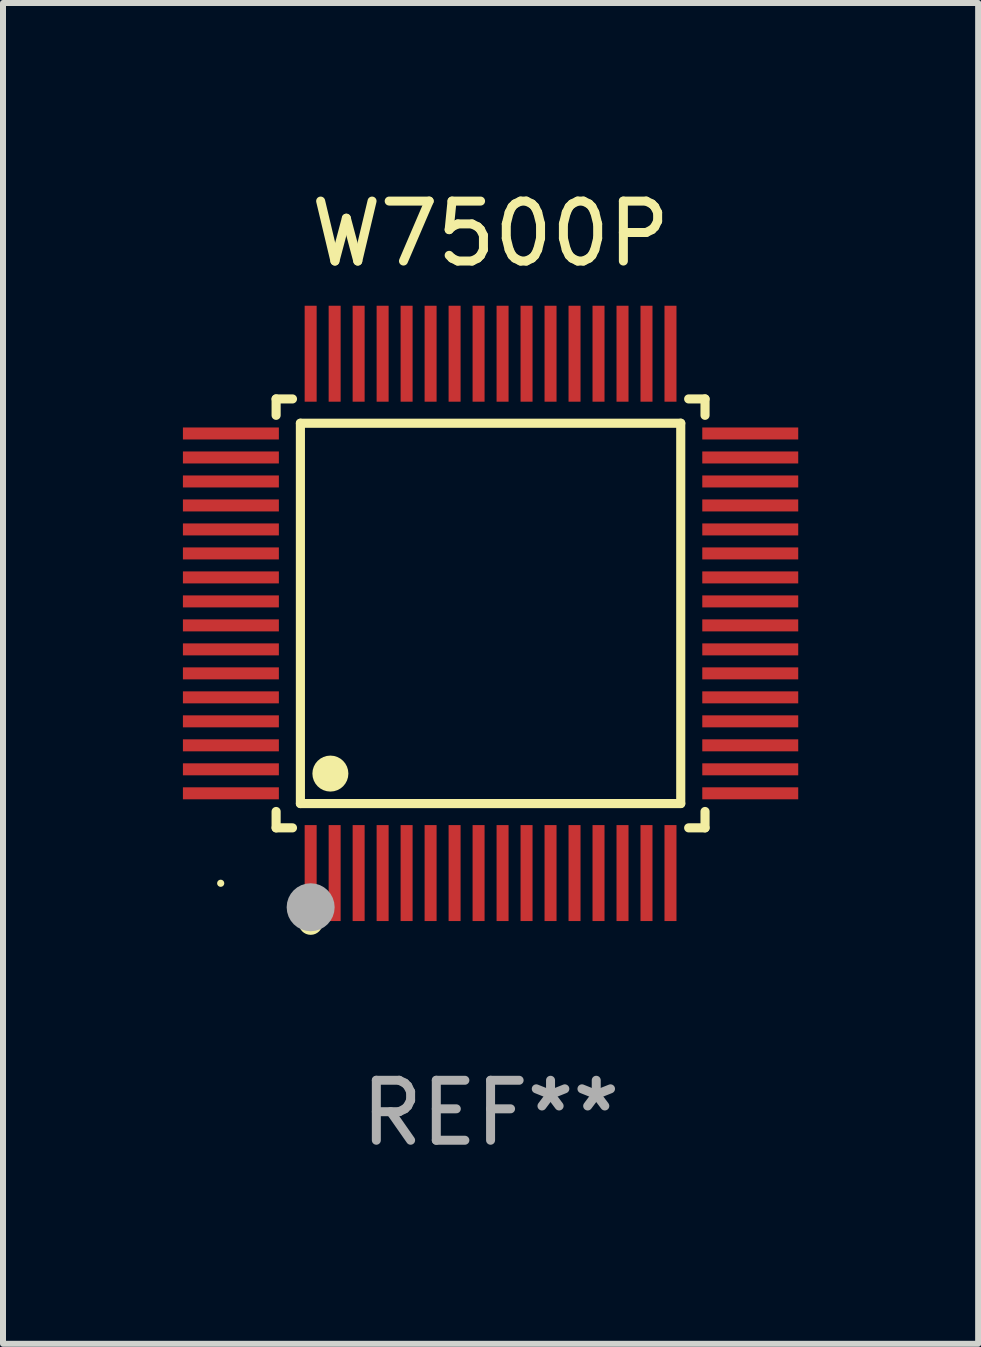
<source format=kicad_pcb>
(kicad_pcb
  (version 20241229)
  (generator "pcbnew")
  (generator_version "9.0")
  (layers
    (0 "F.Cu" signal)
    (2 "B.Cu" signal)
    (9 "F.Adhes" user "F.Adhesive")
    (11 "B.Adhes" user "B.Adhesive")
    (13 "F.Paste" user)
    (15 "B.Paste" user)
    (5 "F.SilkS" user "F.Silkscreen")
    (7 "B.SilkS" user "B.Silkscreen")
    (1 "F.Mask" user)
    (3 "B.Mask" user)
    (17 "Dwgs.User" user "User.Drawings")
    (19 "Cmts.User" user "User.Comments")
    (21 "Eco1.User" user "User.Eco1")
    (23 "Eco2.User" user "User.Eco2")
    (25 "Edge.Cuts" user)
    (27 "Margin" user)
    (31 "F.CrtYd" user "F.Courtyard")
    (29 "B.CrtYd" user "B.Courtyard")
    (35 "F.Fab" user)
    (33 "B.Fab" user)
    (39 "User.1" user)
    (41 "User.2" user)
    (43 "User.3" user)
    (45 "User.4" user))
  (footprint "W7500P"
    (layer "F.Cu")
    (at 5.13 7.178)
    (property "Reference" "W7500P" (at 0 -6.33 0) (layer "F.SilkS") (effects (font (size 1 1) (thickness 0.15))))
    (attr through_hole)
    (fp_line (start -3.576 -3.576) (end -3.303 -3.576) (stroke (width 0.152) (type solid)) (layer "F.SilkS"))
    (fp_line (start -3.576 -3.303) (end -3.576 -3.576) (stroke (width 0.152) (type solid)) (layer "F.SilkS"))
    (fp_line (start -3.576 3.303) (end -3.576 3.576) (stroke (width 0.152) (type solid)) (layer "F.SilkS"))
    (fp_line (start -3.576 3.576) (end -3.303 3.576) (stroke (width 0.152) (type solid)) (layer "F.SilkS"))
    (fp_line (start -3.171 -3.171) (end 3.171 -3.171) (stroke (width 0.152) (type solid)) (layer "F.SilkS"))
    (fp_line (start -3.171 3.171) (end -3.171 -3.171) (stroke (width 0.152) (type solid)) (layer "F.SilkS"))
    (fp_line (start 3.171 -3.171) (end 3.171 3.171) (stroke (width 0.152) (type solid)) (layer "F.SilkS"))
    (fp_line (start 3.171 3.171) (end -3.171 3.171) (stroke (width 0.152) (type solid)) (layer "F.SilkS"))
    (fp_line (start 3.576 -3.576) (end 3.303 -3.576) (stroke (width 0.152) (type solid)) (layer "F.SilkS"))
    (fp_line (start 3.576 -3.303) (end 3.576 -3.576) (stroke (width 0.152) (type solid)) (layer "F.SilkS"))
    (fp_line (start 3.576 3.303) (end 3.576 3.576) (stroke (width 0.152) (type solid)) (layer "F.SilkS"))
    (fp_line (start 3.576 3.576) (end 3.303 3.576) (stroke (width 0.152) (type solid)) (layer "F.SilkS"))
    (fp_circle (center -4.5 4.5) (end -4.47 4.5) (stroke (width 0.06) (type solid)) (fill no) (layer "F.SilkS"))
    (fp_circle (center -3 5.16) (end -2.9 5.16) (stroke (width 0.2) (type solid)) (fill no) (layer "F.SilkS"))
    (fp_circle (center -2.671 2.671) (end -2.521 2.671) (stroke (width 0.3) (type solid)) (fill no) (layer "F.SilkS"))
    (fp_circle (center -3 4.9) (end -2.8 4.9) (stroke (width 0.4) (type solid)) (fill no) (layer "F.Fab"))
    (fp_text user "REF**" (at 0 8.33 0) (layer "F.Fab") (effects (font (size 1 1) (thickness 0.15))))
    (pad "1" smd rect (at -3 4.33) (size 0.2 1.6) (layers "F.Cu" "F.Mask" "F.Paste"))
    (pad "2" smd rect (at -2.6 4.33) (size 0.2 1.6) (layers "F.Cu" "F.Mask" "F.Paste"))
    (pad "3" smd rect (at -2.2 4.33) (size 0.2 1.6) (layers "F.Cu" "F.Mask" "F.Paste"))
    (pad "4" smd rect (at -1.8 4.33) (size 0.2 1.6) (layers "F.Cu" "F.Mask" "F.Paste"))
    (pad "5" smd rect (at -1.4 4.33) (size 0.2 1.6) (layers "F.Cu" "F.Mask" "F.Paste"))
    (pad "6" smd rect (at -1 4.33) (size 0.2 1.6) (layers "F.Cu" "F.Mask" "F.Paste"))
    (pad "7" smd rect (at -0.6 4.33) (size 0.2 1.6) (layers "F.Cu" "F.Mask" "F.Paste"))
    (pad "8" smd rect (at -0.2 4.33) (size 0.2 1.6) (layers "F.Cu" "F.Mask" "F.Paste"))
    (pad "9" smd rect (at 0.2 4.33) (size 0.2 1.6) (layers "F.Cu" "F.Mask" "F.Paste"))
    (pad "10" smd rect (at 0.6 4.33) (size 0.2 1.6) (layers "F.Cu" "F.Mask" "F.Paste"))
    (pad "11" smd rect (at 1 4.33) (size 0.2 1.6) (layers "F.Cu" "F.Mask" "F.Paste"))
    (pad "12" smd rect (at 1.4 4.33) (size 0.2 1.6) (layers "F.Cu" "F.Mask" "F.Paste"))
    (pad "13" smd rect (at 1.8 4.33) (size 0.2 1.6) (layers "F.Cu" "F.Mask" "F.Paste"))
    (pad "14" smd rect (at 2.2 4.33) (size 0.2 1.6) (layers "F.Cu" "F.Mask" "F.Paste"))
    (pad "15" smd rect (at 2.6 4.33) (size 0.2 1.6) (layers "F.Cu" "F.Mask" "F.Paste"))
    (pad "16" smd rect (at 3 4.33) (size 0.2 1.6) (layers "F.Cu" "F.Mask" "F.Paste"))
    (pad "17" smd rect (at 4.33 3) (size 1.6 0.2) (layers "F.Cu" "F.Mask" "F.Paste"))
    (pad "18" smd rect (at 4.33 2.6) (size 1.6 0.2) (layers "F.Cu" "F.Mask" "F.Paste"))
    (pad "19" smd rect (at 4.33 2.2) (size 1.6 0.2) (layers "F.Cu" "F.Mask" "F.Paste"))
    (pad "20" smd rect (at 4.33 1.8) (size 1.6 0.2) (layers "F.Cu" "F.Mask" "F.Paste"))
    (pad "21" smd rect (at 4.33 1.4) (size 1.6 0.2) (layers "F.Cu" "F.Mask" "F.Paste"))
    (pad "22" smd rect (at 4.33 1) (size 1.6 0.2) (layers "F.Cu" "F.Mask" "F.Paste"))
    (pad "23" smd rect (at 4.33 0.6) (size 1.6 0.2) (layers "F.Cu" "F.Mask" "F.Paste"))
    (pad "24" smd rect (at 4.33 0.2) (size 1.6 0.2) (layers "F.Cu" "F.Mask" "F.Paste"))
    (pad "25" smd rect (at 4.33 -0.2) (size 1.6 0.2) (layers "F.Cu" "F.Mask" "F.Paste"))
    (pad "26" smd rect (at 4.33 -0.6) (size 1.6 0.2) (layers "F.Cu" "F.Mask" "F.Paste"))
    (pad "27" smd rect (at 4.33 -1) (size 1.6 0.2) (layers "F.Cu" "F.Mask" "F.Paste"))
    (pad "28" smd rect (at 4.33 -1.4) (size 1.6 0.2) (layers "F.Cu" "F.Mask" "F.Paste"))
    (pad "29" smd rect (at 4.33 -1.8) (size 1.6 0.2) (layers "F.Cu" "F.Mask" "F.Paste"))
    (pad "30" smd rect (at 4.33 -2.2) (size 1.6 0.2) (layers "F.Cu" "F.Mask" "F.Paste"))
    (pad "31" smd rect (at 4.33 -2.6) (size 1.6 0.2) (layers "F.Cu" "F.Mask" "F.Paste"))
    (pad "32" smd rect (at 4.33 -3) (size 1.6 0.2) (layers "F.Cu" "F.Mask" "F.Paste"))
    (pad "33" smd rect (at 3 -4.33) (size 0.2 1.6) (layers "F.Cu" "F.Mask" "F.Paste"))
    (pad "34" smd rect (at 2.6 -4.33) (size 0.2 1.6) (layers "F.Cu" "F.Mask" "F.Paste"))
    (pad "35" smd rect (at 2.2 -4.33) (size 0.2 1.6) (layers "F.Cu" "F.Mask" "F.Paste"))
    (pad "36" smd rect (at 1.8 -4.33) (size 0.2 1.6) (layers "F.Cu" "F.Mask" "F.Paste"))
    (pad "37" smd rect (at 1.4 -4.33) (size 0.2 1.6) (layers "F.Cu" "F.Mask" "F.Paste"))
    (pad "38" smd rect (at 1 -4.33) (size 0.2 1.6) (layers "F.Cu" "F.Mask" "F.Paste"))
    (pad "39" smd rect (at 0.6 -4.33) (size 0.2 1.6) (layers "F.Cu" "F.Mask" "F.Paste"))
    (pad "40" smd rect (at 0.2 -4.33) (size 0.2 1.6) (layers "F.Cu" "F.Mask" "F.Paste"))
    (pad "41" smd rect (at -0.2 -4.33) (size 0.2 1.6) (layers "F.Cu" "F.Mask" "F.Paste"))
    (pad "42" smd rect (at -0.6 -4.33) (size 0.2 1.6) (layers "F.Cu" "F.Mask" "F.Paste"))
    (pad "43" smd rect (at -1 -4.33) (size 0.2 1.6) (layers "F.Cu" "F.Mask" "F.Paste"))
    (pad "44" smd rect (at -1.4 -4.33) (size 0.2 1.6) (layers "F.Cu" "F.Mask" "F.Paste"))
    (pad "45" smd rect (at -1.8 -4.33) (size 0.2 1.6) (layers "F.Cu" "F.Mask" "F.Paste"))
    (pad "46" smd rect (at -2.2 -4.33) (size 0.2 1.6) (layers "F.Cu" "F.Mask" "F.Paste"))
    (pad "47" smd rect (at -2.6 -4.33) (size 0.2 1.6) (layers "F.Cu" "F.Mask" "F.Paste"))
    (pad "48" smd rect (at -3 -4.33) (size 0.2 1.6) (layers "F.Cu" "F.Mask" "F.Paste"))
    (pad "49" smd rect (at -4.33 -3) (size 1.6 0.2) (layers "F.Cu" "F.Mask" "F.Paste"))
    (pad "50" smd rect (at -4.33 -2.6) (size 1.6 0.2) (layers "F.Cu" "F.Mask" "F.Paste"))
    (pad "51" smd rect (at -4.33 -2.2) (size 1.6 0.2) (layers "F.Cu" "F.Mask" "F.Paste"))
    (pad "52" smd rect (at -4.33 -1.8) (size 1.6 0.2) (layers "F.Cu" "F.Mask" "F.Paste"))
    (pad "53" smd rect (at -4.33 -1.4) (size 1.6 0.2) (layers "F.Cu" "F.Mask" "F.Paste"))
    (pad "54" smd rect (at -4.33 -1) (size 1.6 0.2) (layers "F.Cu" "F.Mask" "F.Paste"))
    (pad "55" smd rect (at -4.33 -0.6) (size 1.6 0.2) (layers "F.Cu" "F.Mask" "F.Paste"))
    (pad "56" smd rect (at -4.33 -0.2) (size 1.6 0.2) (layers "F.Cu" "F.Mask" "F.Paste"))
    (pad "57" smd rect (at -4.33 0.2) (size 1.6 0.2) (layers "F.Cu" "F.Mask" "F.Paste"))
    (pad "58" smd rect (at -4.33 0.6) (size 1.6 0.2) (layers "F.Cu" "F.Mask" "F.Paste"))
    (pad "59" smd rect (at -4.33 1) (size 1.6 0.2) (layers "F.Cu" "F.Mask" "F.Paste"))
    (pad "60" smd rect (at -4.33 1.4) (size 1.6 0.2) (layers "F.Cu" "F.Mask" "F.Paste"))
    (pad "61" smd rect (at -4.33 1.8) (size 1.6 0.2) (layers "F.Cu" "F.Mask" "F.Paste"))
    (pad "62" smd rect (at -4.33 2.2) (size 1.6 0.2) (layers "F.Cu" "F.Mask" "F.Paste"))
    (pad "63" smd rect (at -4.33 2.6) (size 1.6 0.2) (layers "F.Cu" "F.Mask" "F.Paste"))
    (pad "64" smd rect (at -4.33 3) (size 1.6 0.2) (layers "F.Cu" "F.Mask" "F.Paste")))
  (gr_rect
    (start -3 -3)
    (end 13.26 19.357)
    (stroke (width 0.1) (type default))
    (fill no)
    (layer "Edge.Cuts")))
</source>
